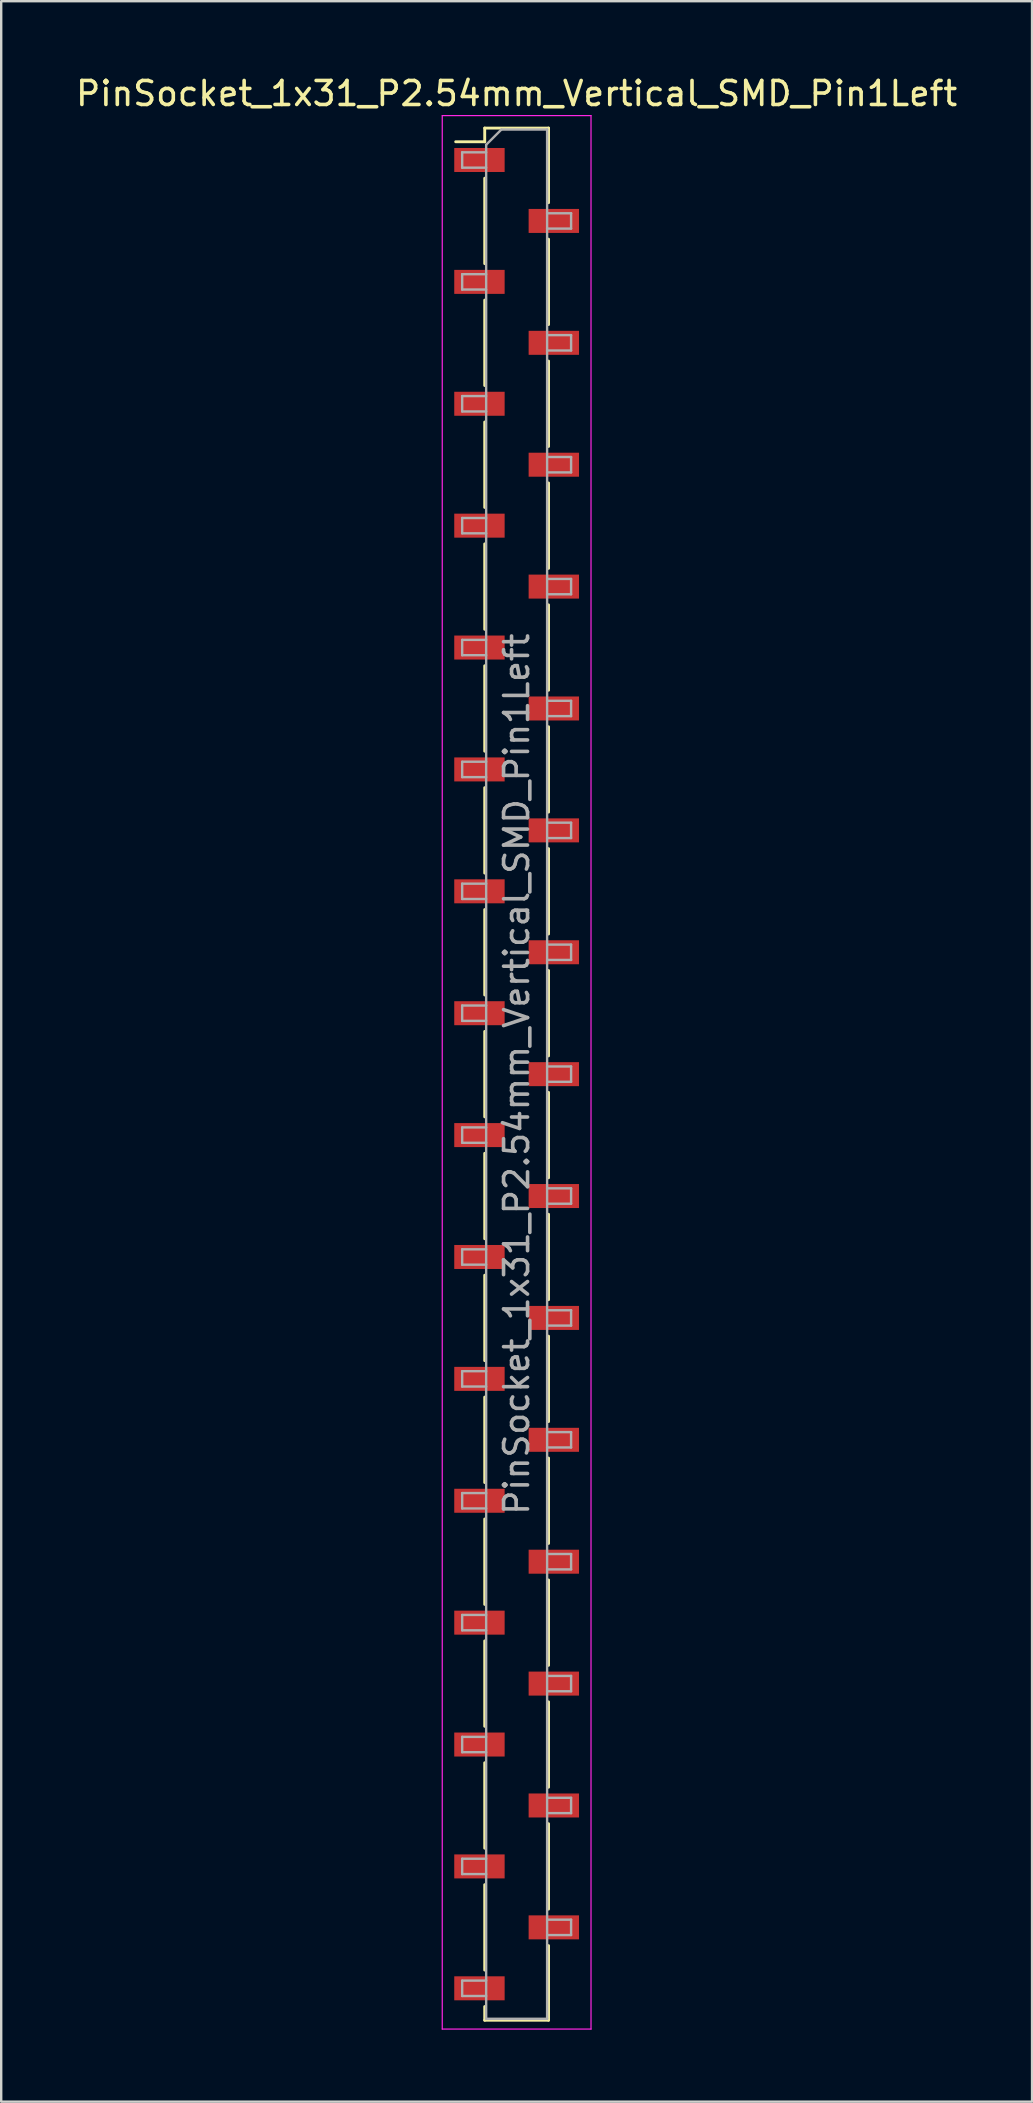
<source format=kicad_pcb>
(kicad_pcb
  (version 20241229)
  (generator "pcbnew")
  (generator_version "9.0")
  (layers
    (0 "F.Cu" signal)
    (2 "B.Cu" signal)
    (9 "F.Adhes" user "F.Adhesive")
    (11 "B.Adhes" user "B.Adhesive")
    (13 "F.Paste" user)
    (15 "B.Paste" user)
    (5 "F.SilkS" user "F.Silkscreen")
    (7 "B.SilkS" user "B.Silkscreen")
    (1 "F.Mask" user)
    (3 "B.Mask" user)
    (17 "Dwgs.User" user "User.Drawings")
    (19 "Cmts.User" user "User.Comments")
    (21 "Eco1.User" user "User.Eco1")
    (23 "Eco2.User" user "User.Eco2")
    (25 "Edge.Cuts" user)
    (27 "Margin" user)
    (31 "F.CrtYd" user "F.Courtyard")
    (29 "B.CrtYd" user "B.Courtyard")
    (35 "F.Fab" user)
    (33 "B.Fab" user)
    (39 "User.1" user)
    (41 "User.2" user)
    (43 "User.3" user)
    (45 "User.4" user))
  (footprint "PinSocket_1x31_P2.54mm_Vertical_SMD_Pin1Left"
    (layer "F.Cu")
    (at 18.482 41.718)
    (property "Reference" "PinSocket_1x31_P2.54mm_Vertical_SMD_Pin1Left" (at 0 -40.87 0) (layer "F.SilkS") (effects (font (size 1 1) (thickness 0.15))))
    (attr smd)
    (fp_line (start -2.54 -38.86) (end -1.33 -38.86) (stroke (width 0.12) (type solid)) (layer "F.SilkS"))
    (fp_line (start -1.33 -39.43) (end -1.33 -38.86) (stroke (width 0.12) (type solid)) (layer "F.SilkS"))
    (fp_line (start -1.33 -39.43) (end 1.33 -39.43) (stroke (width 0.12) (type solid)) (layer "F.SilkS"))
    (fp_line (start -1.33 -37.34) (end -1.33 -33.78) (stroke (width 0.12) (type solid)) (layer "F.SilkS"))
    (fp_line (start -1.33 -32.26) (end -1.33 -28.7) (stroke (width 0.12) (type solid)) (layer "F.SilkS"))
    (fp_line (start -1.33 -27.18) (end -1.33 -23.62) (stroke (width 0.12) (type solid)) (layer "F.SilkS"))
    (fp_line (start -1.33 -22.1) (end -1.33 -18.54) (stroke (width 0.12) (type solid)) (layer "F.SilkS"))
    (fp_line (start -1.33 -17.02) (end -1.33 -13.46) (stroke (width 0.12) (type solid)) (layer "F.SilkS"))
    (fp_line (start -1.33 -11.94) (end -1.33 -8.38) (stroke (width 0.12) (type solid)) (layer "F.SilkS"))
    (fp_line (start -1.33 -6.86) (end -1.33 -3.3) (stroke (width 0.12) (type solid)) (layer "F.SilkS"))
    (fp_line (start -1.33 -1.78) (end -1.33 1.78) (stroke (width 0.12) (type solid)) (layer "F.SilkS"))
    (fp_line (start -1.33 3.3) (end -1.33 6.86) (stroke (width 0.12) (type solid)) (layer "F.SilkS"))
    (fp_line (start -1.33 8.38) (end -1.33 11.94) (stroke (width 0.12) (type solid)) (layer "F.SilkS"))
    (fp_line (start -1.33 13.46) (end -1.33 17.02) (stroke (width 0.12) (type solid)) (layer "F.SilkS"))
    (fp_line (start -1.33 18.54) (end -1.33 22.1) (stroke (width 0.12) (type solid)) (layer "F.SilkS"))
    (fp_line (start -1.33 23.62) (end -1.33 27.18) (stroke (width 0.12) (type solid)) (layer "F.SilkS"))
    (fp_line (start -1.33 28.7) (end -1.33 32.26) (stroke (width 0.12) (type solid)) (layer "F.SilkS"))
    (fp_line (start -1.33 33.78) (end -1.33 37.34) (stroke (width 0.12) (type solid)) (layer "F.SilkS"))
    (fp_line (start -1.33 38.86) (end -1.33 39.43) (stroke (width 0.12) (type solid)) (layer "F.SilkS"))
    (fp_line (start -1.33 39.43) (end 1.33 39.43) (stroke (width 0.12) (type solid)) (layer "F.SilkS"))
    (fp_line (start 1.33 -39.43) (end 1.33 -36.32) (stroke (width 0.12) (type solid)) (layer "F.SilkS"))
    (fp_line (start 1.33 -34.8) (end 1.33 -31.24) (stroke (width 0.12) (type solid)) (layer "F.SilkS"))
    (fp_line (start 1.33 -29.72) (end 1.33 -26.16) (stroke (width 0.12) (type solid)) (layer "F.SilkS"))
    (fp_line (start 1.33 -24.64) (end 1.33 -21.08) (stroke (width 0.12) (type solid)) (layer "F.SilkS"))
    (fp_line (start 1.33 -19.56) (end 1.33 -16) (stroke (width 0.12) (type solid)) (layer "F.SilkS"))
    (fp_line (start 1.33 -14.48) (end 1.33 -10.92) (stroke (width 0.12) (type solid)) (layer "F.SilkS"))
    (fp_line (start 1.33 -9.4) (end 1.33 -5.84) (stroke (width 0.12) (type solid)) (layer "F.SilkS"))
    (fp_line (start 1.33 -4.32) (end 1.33 -0.76) (stroke (width 0.12) (type solid)) (layer "F.SilkS"))
    (fp_line (start 1.33 0.76) (end 1.33 4.32) (stroke (width 0.12) (type solid)) (layer "F.SilkS"))
    (fp_line (start 1.33 5.84) (end 1.33 9.4) (stroke (width 0.12) (type solid)) (layer "F.SilkS"))
    (fp_line (start 1.33 10.92) (end 1.33 14.48) (stroke (width 0.12) (type solid)) (layer "F.SilkS"))
    (fp_line (start 1.33 16) (end 1.33 19.56) (stroke (width 0.12) (type solid)) (layer "F.SilkS"))
    (fp_line (start 1.33 21.08) (end 1.33 24.64) (stroke (width 0.12) (type solid)) (layer "F.SilkS"))
    (fp_line (start 1.33 26.16) (end 1.33 29.72) (stroke (width 0.12) (type solid)) (layer "F.SilkS"))
    (fp_line (start 1.33 31.24) (end 1.33 34.8) (stroke (width 0.12) (type solid)) (layer "F.SilkS"))
    (fp_line (start 1.33 36.32) (end 1.33 39.43) (stroke (width 0.12) (type solid)) (layer "F.SilkS"))
    (fp_line (start -3.1 -39.95) (end 3.1 -39.95) (stroke (width 0.05) (type solid)) (layer "F.CrtYd"))
    (fp_line (start -3.1 39.8) (end -3.1 -39.95) (stroke (width 0.05) (type solid)) (layer "F.CrtYd"))
    (fp_line (start 3.1 -39.95) (end 3.1 39.8) (stroke (width 0.05) (type solid)) (layer "F.CrtYd"))
    (fp_line (start 3.1 39.8) (end -3.1 39.8) (stroke (width 0.05) (type solid)) (layer "F.CrtYd"))
    (fp_line (start -2.27 -38.42) (end -1.27 -38.42) (stroke (width 0.1) (type solid)) (layer "F.Fab"))
    (fp_line (start -2.27 -37.78) (end -2.27 -38.42) (stroke (width 0.1) (type solid)) (layer "F.Fab"))
    (fp_line (start -2.27 -33.34) (end -1.27 -33.34) (stroke (width 0.1) (type solid)) (layer "F.Fab"))
    (fp_line (start -2.27 -32.7) (end -2.27 -33.34) (stroke (width 0.1) (type solid)) (layer "F.Fab"))
    (fp_line (start -2.27 -28.26) (end -1.27 -28.26) (stroke (width 0.1) (type solid)) (layer "F.Fab"))
    (fp_line (start -2.27 -27.62) (end -2.27 -28.26) (stroke (width 0.1) (type solid)) (layer "F.Fab"))
    (fp_line (start -2.27 -23.18) (end -1.27 -23.18) (stroke (width 0.1) (type solid)) (layer "F.Fab"))
    (fp_line (start -2.27 -22.54) (end -2.27 -23.18) (stroke (width 0.1) (type solid)) (layer "F.Fab"))
    (fp_line (start -2.27 -18.1) (end -1.27 -18.1) (stroke (width 0.1) (type solid)) (layer "F.Fab"))
    (fp_line (start -2.27 -17.46) (end -2.27 -18.1) (stroke (width 0.1) (type solid)) (layer "F.Fab"))
    (fp_line (start -2.27 -13.02) (end -1.27 -13.02) (stroke (width 0.1) (type solid)) (layer "F.Fab"))
    (fp_line (start -2.27 -12.38) (end -2.27 -13.02) (stroke (width 0.1) (type solid)) (layer "F.Fab"))
    (fp_line (start -2.27 -7.94) (end -1.27 -7.94) (stroke (width 0.1) (type solid)) (layer "F.Fab"))
    (fp_line (start -2.27 -7.3) (end -2.27 -7.94) (stroke (width 0.1) (type solid)) (layer "F.Fab"))
    (fp_line (start -2.27 -2.86) (end -1.27 -2.86) (stroke (width 0.1) (type solid)) (layer "F.Fab"))
    (fp_line (start -2.27 -2.22) (end -2.27 -2.86) (stroke (width 0.1) (type solid)) (layer "F.Fab"))
    (fp_line (start -2.27 2.22) (end -1.27 2.22) (stroke (width 0.1) (type solid)) (layer "F.Fab"))
    (fp_line (start -2.27 2.86) (end -2.27 2.22) (stroke (width 0.1) (type solid)) (layer "F.Fab"))
    (fp_line (start -2.27 7.3) (end -1.27 7.3) (stroke (width 0.1) (type solid)) (layer "F.Fab"))
    (fp_line (start -2.27 7.94) (end -2.27 7.3) (stroke (width 0.1) (type solid)) (layer "F.Fab"))
    (fp_line (start -2.27 12.38) (end -1.27 12.38) (stroke (width 0.1) (type solid)) (layer "F.Fab"))
    (fp_line (start -2.27 13.02) (end -2.27 12.38) (stroke (width 0.1) (type solid)) (layer "F.Fab"))
    (fp_line (start -2.27 17.46) (end -1.27 17.46) (stroke (width 0.1) (type solid)) (layer "F.Fab"))
    (fp_line (start -2.27 18.1) (end -2.27 17.46) (stroke (width 0.1) (type solid)) (layer "F.Fab"))
    (fp_line (start -2.27 22.54) (end -1.27 22.54) (stroke (width 0.1) (type solid)) (layer "F.Fab"))
    (fp_line (start -2.27 23.18) (end -2.27 22.54) (stroke (width 0.1) (type solid)) (layer "F.Fab"))
    (fp_line (start -2.27 27.62) (end -1.27 27.62) (stroke (width 0.1) (type solid)) (layer "F.Fab"))
    (fp_line (start -2.27 28.26) (end -2.27 27.62) (stroke (width 0.1) (type solid)) (layer "F.Fab"))
    (fp_line (start -2.27 32.7) (end -1.27 32.7) (stroke (width 0.1) (type solid)) (layer "F.Fab"))
    (fp_line (start -2.27 33.34) (end -2.27 32.7) (stroke (width 0.1) (type solid)) (layer "F.Fab"))
    (fp_line (start -2.27 37.78) (end -1.27 37.78) (stroke (width 0.1) (type solid)) (layer "F.Fab"))
    (fp_line (start -2.27 38.42) (end -2.27 37.78) (stroke (width 0.1) (type solid)) (layer "F.Fab"))
    (fp_line (start -1.27 -38.735) (end -0.635 -39.37) (stroke (width 0.1) (type solid)) (layer "F.Fab"))
    (fp_line (start -1.27 -37.78) (end -2.27 -37.78) (stroke (width 0.1) (type solid)) (layer "F.Fab"))
    (fp_line (start -1.27 -32.7) (end -2.27 -32.7) (stroke (width 0.1) (type solid)) (layer "F.Fab"))
    (fp_line (start -1.27 -27.62) (end -2.27 -27.62) (stroke (width 0.1) (type solid)) (layer "F.Fab"))
    (fp_line (start -1.27 -22.54) (end -2.27 -22.54) (stroke (width 0.1) (type solid)) (layer "F.Fab"))
    (fp_line (start -1.27 -17.46) (end -2.27 -17.46) (stroke (width 0.1) (type solid)) (layer "F.Fab"))
    (fp_line (start -1.27 -12.38) (end -2.27 -12.38) (stroke (width 0.1) (type solid)) (layer "F.Fab"))
    (fp_line (start -1.27 -7.3) (end -2.27 -7.3) (stroke (width 0.1) (type solid)) (layer "F.Fab"))
    (fp_line (start -1.27 -2.22) (end -2.27 -2.22) (stroke (width 0.1) (type solid)) (layer "F.Fab"))
    (fp_line (start -1.27 2.86) (end -2.27 2.86) (stroke (width 0.1) (type solid)) (layer "F.Fab"))
    (fp_line (start -1.27 7.94) (end -2.27 7.94) (stroke (width 0.1) (type solid)) (layer "F.Fab"))
    (fp_line (start -1.27 13.02) (end -2.27 13.02) (stroke (width 0.1) (type solid)) (layer "F.Fab"))
    (fp_line (start -1.27 18.1) (end -2.27 18.1) (stroke (width 0.1) (type solid)) (layer "F.Fab"))
    (fp_line (start -1.27 23.18) (end -2.27 23.18) (stroke (width 0.1) (type solid)) (layer "F.Fab"))
    (fp_line (start -1.27 28.26) (end -2.27 28.26) (stroke (width 0.1) (type solid)) (layer "F.Fab"))
    (fp_line (start -1.27 33.34) (end -2.27 33.34) (stroke (width 0.1) (type solid)) (layer "F.Fab"))
    (fp_line (start -1.27 38.42) (end -2.27 38.42) (stroke (width 0.1) (type solid)) (layer "F.Fab"))
    (fp_line (start -1.27 39.37) (end -1.27 -38.735) (stroke (width 0.1) (type solid)) (layer "F.Fab"))
    (fp_line (start -0.635 -39.37) (end 1.27 -39.37) (stroke (width 0.1) (type solid)) (layer "F.Fab"))
    (fp_line (start 1.27 -39.37) (end 1.27 39.37) (stroke (width 0.1) (type solid)) (layer "F.Fab"))
    (fp_line (start 1.27 -35.88) (end 2.27 -35.88) (stroke (width 0.1) (type solid)) (layer "F.Fab"))
    (fp_line (start 1.27 -30.8) (end 2.27 -30.8) (stroke (width 0.1) (type solid)) (layer "F.Fab"))
    (fp_line (start 1.27 -25.72) (end 2.27 -25.72) (stroke (width 0.1) (type solid)) (layer "F.Fab"))
    (fp_line (start 1.27 -20.64) (end 2.27 -20.64) (stroke (width 0.1) (type solid)) (layer "F.Fab"))
    (fp_line (start 1.27 -15.56) (end 2.27 -15.56) (stroke (width 0.1) (type solid)) (layer "F.Fab"))
    (fp_line (start 1.27 -10.48) (end 2.27 -10.48) (stroke (width 0.1) (type solid)) (layer "F.Fab"))
    (fp_line (start 1.27 -5.4) (end 2.27 -5.4) (stroke (width 0.1) (type solid)) (layer "F.Fab"))
    (fp_line (start 1.27 -0.32) (end 2.27 -0.32) (stroke (width 0.1) (type solid)) (layer "F.Fab"))
    (fp_line (start 1.27 4.76) (end 2.27 4.76) (stroke (width 0.1) (type solid)) (layer "F.Fab"))
    (fp_line (start 1.27 9.84) (end 2.27 9.84) (stroke (width 0.1) (type solid)) (layer "F.Fab"))
    (fp_line (start 1.27 14.92) (end 2.27 14.92) (stroke (width 0.1) (type solid)) (layer "F.Fab"))
    (fp_line (start 1.27 20) (end 2.27 20) (stroke (width 0.1) (type solid)) (layer "F.Fab"))
    (fp_line (start 1.27 25.08) (end 2.27 25.08) (stroke (width 0.1) (type solid)) (layer "F.Fab"))
    (fp_line (start 1.27 30.16) (end 2.27 30.16) (stroke (width 0.1) (type solid)) (layer "F.Fab"))
    (fp_line (start 1.27 35.24) (end 2.27 35.24) (stroke (width 0.1) (type solid)) (layer "F.Fab"))
    (fp_line (start 1.27 39.37) (end -1.27 39.37) (stroke (width 0.1) (type solid)) (layer "F.Fab"))
    (fp_line (start 2.27 -35.88) (end 2.27 -35.24) (stroke (width 0.1) (type solid)) (layer "F.Fab"))
    (fp_line (start 2.27 -35.24) (end 1.27 -35.24) (stroke (width 0.1) (type solid)) (layer "F.Fab"))
    (fp_line (start 2.27 -30.8) (end 2.27 -30.16) (stroke (width 0.1) (type solid)) (layer "F.Fab"))
    (fp_line (start 2.27 -30.16) (end 1.27 -30.16) (stroke (width 0.1) (type solid)) (layer "F.Fab"))
    (fp_line (start 2.27 -25.72) (end 2.27 -25.08) (stroke (width 0.1) (type solid)) (layer "F.Fab"))
    (fp_line (start 2.27 -25.08) (end 1.27 -25.08) (stroke (width 0.1) (type solid)) (layer "F.Fab"))
    (fp_line (start 2.27 -20.64) (end 2.27 -20) (stroke (width 0.1) (type solid)) (layer "F.Fab"))
    (fp_line (start 2.27 -20) (end 1.27 -20) (stroke (width 0.1) (type solid)) (layer "F.Fab"))
    (fp_line (start 2.27 -15.56) (end 2.27 -14.92) (stroke (width 0.1) (type solid)) (layer "F.Fab"))
    (fp_line (start 2.27 -14.92) (end 1.27 -14.92) (stroke (width 0.1) (type solid)) (layer "F.Fab"))
    (fp_line (start 2.27 -10.48) (end 2.27 -9.84) (stroke (width 0.1) (type solid)) (layer "F.Fab"))
    (fp_line (start 2.27 -9.84) (end 1.27 -9.84) (stroke (width 0.1) (type solid)) (layer "F.Fab"))
    (fp_line (start 2.27 -5.4) (end 2.27 -4.76) (stroke (width 0.1) (type solid)) (layer "F.Fab"))
    (fp_line (start 2.27 -4.76) (end 1.27 -4.76) (stroke (width 0.1) (type solid)) (layer "F.Fab"))
    (fp_line (start 2.27 -0.32) (end 2.27 0.32) (stroke (width 0.1) (type solid)) (layer "F.Fab"))
    (fp_line (start 2.27 0.32) (end 1.27 0.32) (stroke (width 0.1) (type solid)) (layer "F.Fab"))
    (fp_line (start 2.27 4.76) (end 2.27 5.4) (stroke (width 0.1) (type solid)) (layer "F.Fab"))
    (fp_line (start 2.27 5.4) (end 1.27 5.4) (stroke (width 0.1) (type solid)) (layer "F.Fab"))
    (fp_line (start 2.27 9.84) (end 2.27 10.48) (stroke (width 0.1) (type solid)) (layer "F.Fab"))
    (fp_line (start 2.27 10.48) (end 1.27 10.48) (stroke (width 0.1) (type solid)) (layer "F.Fab"))
    (fp_line (start 2.27 14.92) (end 2.27 15.56) (stroke (width 0.1) (type solid)) (layer "F.Fab"))
    (fp_line (start 2.27 15.56) (end 1.27 15.56) (stroke (width 0.1) (type solid)) (layer "F.Fab"))
    (fp_line (start 2.27 20) (end 2.27 20.64) (stroke (width 0.1) (type solid)) (layer "F.Fab"))
    (fp_line (start 2.27 20.64) (end 1.27 20.64) (stroke (width 0.1) (type solid)) (layer "F.Fab"))
    (fp_line (start 2.27 25.08) (end 2.27 25.72) (stroke (width 0.1) (type solid)) (layer "F.Fab"))
    (fp_line (start 2.27 25.72) (end 1.27 25.72) (stroke (width 0.1) (type solid)) (layer "F.Fab"))
    (fp_line (start 2.27 30.16) (end 2.27 30.8) (stroke (width 0.1) (type solid)) (layer "F.Fab"))
    (fp_line (start 2.27 30.8) (end 1.27 30.8) (stroke (width 0.1) (type solid)) (layer "F.Fab"))
    (fp_line (start 2.27 35.24) (end 2.27 35.88) (stroke (width 0.1) (type solid)) (layer "F.Fab"))
    (fp_line (start 2.27 35.88) (end 1.27 35.88) (stroke (width 0.1) (type solid)) (layer "F.Fab"))
    (fp_text user "${REFERENCE}" (at 0 0 90) (layer "F.Fab") (effects (font (size 1 1) (thickness 0.15))))
    (pad "1" smd rect (at -1.55 -38.1) (size 2.1 1) (layers "F.Cu" "F.Mask" "F.Paste"))
    (pad "2" smd rect (at 1.55 -35.56) (size 2.1 1) (layers "F.Cu" "F.Mask" "F.Paste"))
    (pad "3" smd rect (at -1.55 -33.02) (size 2.1 1) (layers "F.Cu" "F.Mask" "F.Paste"))
    (pad "4" smd rect (at 1.55 -30.48) (size 2.1 1) (layers "F.Cu" "F.Mask" "F.Paste"))
    (pad "5" smd rect (at -1.55 -27.94) (size 2.1 1) (layers "F.Cu" "F.Mask" "F.Paste"))
    (pad "6" smd rect (at 1.55 -25.4) (size 2.1 1) (layers "F.Cu" "F.Mask" "F.Paste"))
    (pad "7" smd rect (at -1.55 -22.86) (size 2.1 1) (layers "F.Cu" "F.Mask" "F.Paste"))
    (pad "8" smd rect (at 1.55 -20.32) (size 2.1 1) (layers "F.Cu" "F.Mask" "F.Paste"))
    (pad "9" smd rect (at -1.55 -17.78) (size 2.1 1) (layers "F.Cu" "F.Mask" "F.Paste"))
    (pad "10" smd rect (at 1.55 -15.24) (size 2.1 1) (layers "F.Cu" "F.Mask" "F.Paste"))
    (pad "11" smd rect (at -1.55 -12.7) (size 2.1 1) (layers "F.Cu" "F.Mask" "F.Paste"))
    (pad "12" smd rect (at 1.55 -10.16) (size 2.1 1) (layers "F.Cu" "F.Mask" "F.Paste"))
    (pad "13" smd rect (at -1.55 -7.62) (size 2.1 1) (layers "F.Cu" "F.Mask" "F.Paste"))
    (pad "14" smd rect (at 1.55 -5.08) (size 2.1 1) (layers "F.Cu" "F.Mask" "F.Paste"))
    (pad "15" smd rect (at -1.55 -2.54) (size 2.1 1) (layers "F.Cu" "F.Mask" "F.Paste"))
    (pad "16" smd rect (at 1.55 0) (size 2.1 1) (layers "F.Cu" "F.Mask" "F.Paste"))
    (pad "17" smd rect (at -1.55 2.54) (size 2.1 1) (layers "F.Cu" "F.Mask" "F.Paste"))
    (pad "18" smd rect (at 1.55 5.08) (size 2.1 1) (layers "F.Cu" "F.Mask" "F.Paste"))
    (pad "19" smd rect (at -1.55 7.62) (size 2.1 1) (layers "F.Cu" "F.Mask" "F.Paste"))
    (pad "20" smd rect (at 1.55 10.16) (size 2.1 1) (layers "F.Cu" "F.Mask" "F.Paste"))
    (pad "21" smd rect (at -1.55 12.7) (size 2.1 1) (layers "F.Cu" "F.Mask" "F.Paste"))
    (pad "22" smd rect (at 1.55 15.24) (size 2.1 1) (layers "F.Cu" "F.Mask" "F.Paste"))
    (pad "23" smd rect (at -1.55 17.78) (size 2.1 1) (layers "F.Cu" "F.Mask" "F.Paste"))
    (pad "24" smd rect (at 1.55 20.32) (size 2.1 1) (layers "F.Cu" "F.Mask" "F.Paste"))
    (pad "25" smd rect (at -1.55 22.86) (size 2.1 1) (layers "F.Cu" "F.Mask" "F.Paste"))
    (pad "26" smd rect (at 1.55 25.4) (size 2.1 1) (layers "F.Cu" "F.Mask" "F.Paste"))
    (pad "27" smd rect (at -1.55 27.94) (size 2.1 1) (layers "F.Cu" "F.Mask" "F.Paste"))
    (pad "28" smd rect (at 1.55 30.48) (size 2.1 1) (layers "F.Cu" "F.Mask" "F.Paste"))
    (pad "29" smd rect (at -1.55 33.02) (size 2.1 1) (layers "F.Cu" "F.Mask" "F.Paste"))
    (pad "30" smd rect (at 1.55 35.56) (size 2.1 1) (layers "F.Cu" "F.Mask" "F.Paste"))
    (pad "31" smd rect (at -1.55 38.1) (size 2.1 1) (layers "F.Cu" "F.Mask" "F.Paste")))
  (gr_rect
    (start -3 -3)
    (end 39.964 84.543)
    (stroke (width 0.1) (type default))
    (fill no)
    (layer "Edge.Cuts")))
</source>
